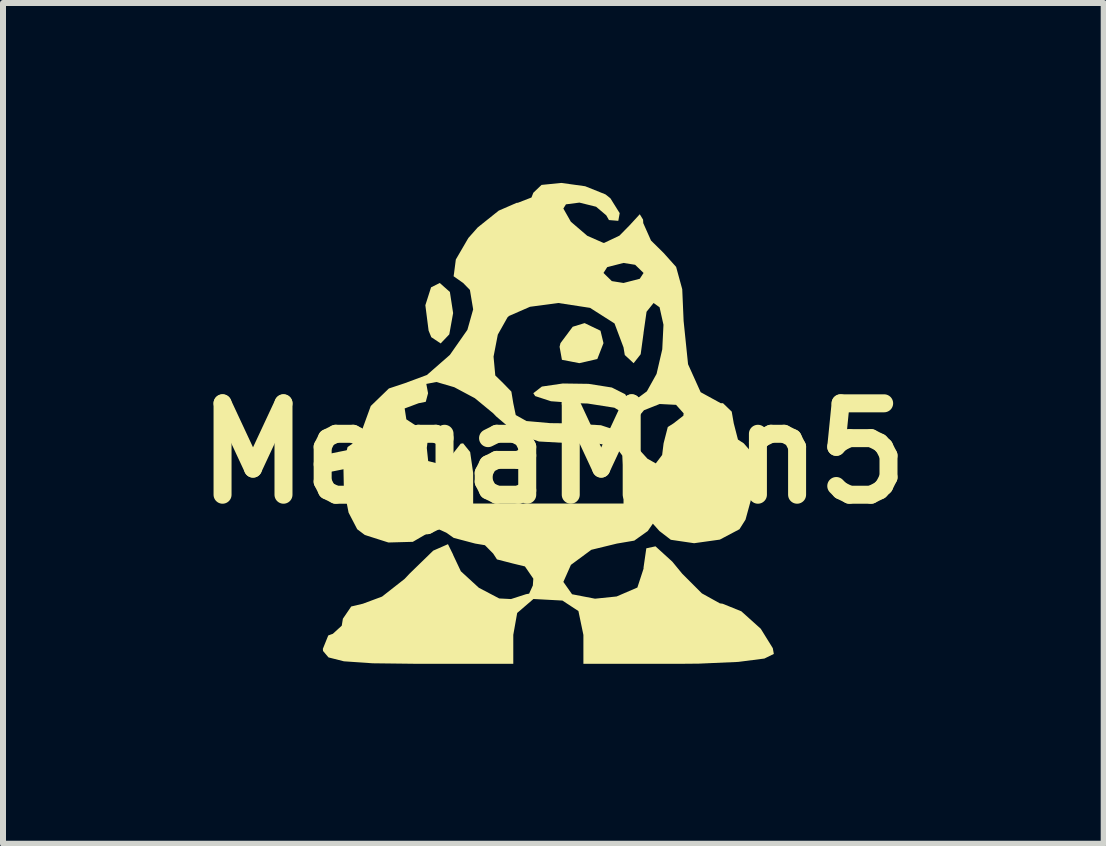
<source format=kicad_pcb>
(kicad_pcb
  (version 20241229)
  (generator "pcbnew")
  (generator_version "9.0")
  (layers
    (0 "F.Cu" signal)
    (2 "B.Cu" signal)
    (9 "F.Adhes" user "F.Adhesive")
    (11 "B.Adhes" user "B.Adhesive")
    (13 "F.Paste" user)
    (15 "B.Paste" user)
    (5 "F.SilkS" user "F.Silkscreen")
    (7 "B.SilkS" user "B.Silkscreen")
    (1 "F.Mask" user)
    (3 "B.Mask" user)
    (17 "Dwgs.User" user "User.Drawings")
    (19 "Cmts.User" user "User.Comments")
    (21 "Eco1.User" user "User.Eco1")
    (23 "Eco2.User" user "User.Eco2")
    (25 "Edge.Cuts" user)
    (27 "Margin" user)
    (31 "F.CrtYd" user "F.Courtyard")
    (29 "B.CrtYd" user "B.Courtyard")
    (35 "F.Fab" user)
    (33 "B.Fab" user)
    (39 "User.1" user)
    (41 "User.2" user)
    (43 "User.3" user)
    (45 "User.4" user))
  (footprint "MegaMan5"
    (layer "F.Cu")
    (at 6.176 4.509)
    (property "Reference" "MegaMan5" (at 0 0 0) (layer "F.SilkS") (effects (font (size 1.524 1.524) (thickness 0.3))))
    (attr board_only exclude_from_pos_files exclude_from_bom)
    (fp_poly (pts (xy -1.725 -2.691) (xy -1.671 -2.339) (xy -1.735 -1.984) (xy -1.879 -1.833) (xy -2.035 -1.937) (xy -2.08 -2.047) (xy -2.134 -2.47) (xy -2.039 -2.768) (xy -1.894 -2.841)) (stroke (width 0) (type solid)) (fill yes) (layer "F.SilkS"))
    (fp_poly (pts (xy 0.786 -2.045) (xy 0.836 -1.838) (xy 0.733 -1.573) (xy 0.433 -1.504) (xy 0.143 -1.56) (xy 0.104 -1.777) (xy 0.119 -1.838) (xy 0.323 -2.111) (xy 0.521 -2.172)) (stroke (width 0) (type solid)) (fill yes) (layer "F.SilkS"))
    (fp_poly (pts (xy 0.53 -4.454) (xy 0.869 -4.318) (xy 0.951 -4.253) (xy 1.106 -4.005) (xy 1.083 -3.877) (xy 0.927 -3.89) (xy 0.882 -3.969) (xy 0.713 -4.112) (xy 0.435 -4.181) (xy 0.21 -4.152) (xy 0.167 -4.082) (xy 0.292 -3.862) (xy 0.565 -3.628) (xy 0.833 -3.51) (xy 0.847 -3.509) (xy 1.102 -3.63) (xy 1.271 -3.802) (xy 1.441 -3.987) (xy 1.496 -3.897) (xy 1.499 -3.839) (xy 1.628 -3.549) (xy 1.838 -3.342) (xy 2.047 -3.109) (xy 2.149 -2.737) (xy 2.172 -2.207) (xy 2.246 -1.486) (xy 2.456 -1.02) (xy 2.79 -0.837) (xy 2.829 -0.836) (xy 2.974 -0.696) (xy 3.008 -0.501) (xy 3.078 -0.23) (xy 3.175 -0.167) (xy 3.298 -0.026) (xy 3.339 0.315) (xy 3.306 0.733) (xy 3.204 1.105) (xy 3.103 1.265) (xy 2.776 1.438) (xy 2.347 1.498) (xy 1.959 1.441) (xy 1.769 1.295) (xy 1.659 1.172) (xy 1.574 1.295) (xy 1.349 1.455) (xy 1.06 1.504) (xy 0.633 1.608) (xy 0.293 1.859) (xy 0.167 2.143) (xy 0.312 2.349) (xy 0.695 2.423) (xy 1.055 2.386) (xy 1.401 2.237) (xy 1.504 1.922) (xy 1.504 1.902) (xy 1.55 1.583) (xy 1.703 1.55) (xy 1.984 1.806) (xy 2.149 2.007) (xy 2.476 2.334) (xy 2.777 2.501) (xy 2.822 2.507) (xy 3.134 2.633) (xy 3.458 2.924) (xy 3.659 3.248) (xy 3.676 3.344) (xy 3.519 3.421) (xy 3.082 3.477) (xy 2.423 3.506) (xy 2.089 3.509) (xy 0.501 3.509) (xy 0.501 3.027) (xy 0.418 2.629) (xy 0.151 2.454) (xy -0.332 2.428) (xy -0.603 2.661) (xy -0.668 3.026) (xy -0.668 3.509) (xy -2.256 3.509) (xy -3.013 3.5) (xy -3.492 3.467) (xy -3.749 3.402) (xy -3.84 3.295) (xy -3.843 3.259) (xy -3.753 3.036) (xy -3.676 3.008) (xy -3.528 2.873) (xy -3.509 2.757) (xy -3.37 2.553) (xy -3.176 2.507) (xy -2.856 2.388) (xy -2.481 2.094) (xy -2.397 2.005) (xy -2.003 1.622) (xy -1.757 1.514) (xy -1.671 1.689) (xy -1.671 1.693) (xy -1.542 1.966) (xy -1.242 2.241) (xy -0.903 2.419) (xy -0.706 2.429) (xy -0.455 2.348) (xy -0.404 2.339) (xy -0.342 2.203) (xy -0.334 2.089) (xy -0.474 1.885) (xy -0.668 1.838) (xy -0.94 1.768) (xy -1.003 1.671) (xy -1.141 1.531) (xy -1.303 1.504) (xy -1.662 1.409) (xy -1.786 1.322) (xy -1.988 1.231) (xy -2.08 1.322) (xy -2.343 1.475) (xy -2.75 1.486) (xy -3.143 1.361) (xy -3.27 1.265) (xy -3.414 0.988) (xy -3.493 0.585) (xy -3.501 0.18) (xy -3.431 -0.105) (xy -3.342 -0.167) (xy -3.196 -0.303) (xy -3.175 -0.43) (xy -3.059 -0.749) (xy -2.479 -0.749) (xy -2.451 -0.567) (xy -2.259 -0.442) (xy -2.092 -0.233) (xy -2.11 -0.09) (xy -2.087 0.128) (xy -1.94 0.167) (xy -1.706 0.082) (xy -1.671 0) (xy -1.544 -0.162) (xy -1.504 -0.167) (xy -1.387 -0.022) (xy -1.337 0.328) (xy -1.337 0.334) (xy -1.337 0.836) (xy 1.17 0.836) (xy 1.17 0.334) (xy 1.152 0.04) (xy 1.042 -0.109) (xy 0.755 -0.161) (xy 0.318 -0.167) (xy -0.24 -0.198) (xy -0.614 -0.328) (xy -0.951 -0.614) (xy -1.003 -0.668) (xy -1.309 -0.92) (xy -1.652 -1.103) (xy -1.95 -1.19) (xy -2.118 -1.158) (xy -2.089 -1.003) (xy -2.127 -0.86) (xy -2.246 -0.836) (xy -2.479 -0.749) (xy -3.059 -0.749) (xy -3.044 -0.79) (xy -2.742 -1.082) (xy -2.477 -1.17) (xy -2.108 -1.307) (xy -1.758 -1.613) (xy -0.997 -1.613) (xy -0.968 -1.299) (xy -0.836 -1.17) (xy -0.7 -1.03) (xy -0.668 -0.836) (xy -0.627 -0.639) (xy -0.448 -0.539) (xy -0.053 -0.504) (xy 0.214 -0.501) (xy 0.793 -0.469) (xy 1.143 -0.354) (xy 1.337 -0.167) (xy 1.569 0.089) (xy 1.708 0.167) (xy 1.814 0.027) (xy 1.838 -0.167) (xy 1.908 -0.439) (xy 2.005 -0.501) (xy 2.168 -0.628) (xy 2.172 -0.668) (xy 2.046 -0.809) (xy 1.773 -0.823) (xy 1.511 -0.719) (xy 1.434 -0.627) (xy 1.325 -0.504) (xy 1.239 -0.627) (xy 1.018 -0.761) (xy 0.572 -0.831) (xy 0.404 -0.836) (xy -0.04 -0.869) (xy -0.303 -0.955) (xy -0.334 -1.003) (xy -0.191 -1.114) (xy 0.158 -1.165) (xy 0.587 -1.159) (xy 0.975 -1.098) (xy 1.198 -0.986) (xy 1.211 -0.962) (xy 1.332 -0.866) (xy 1.559 -1.034) (xy 1.721 -1.325) (xy 1.816 -1.735) (xy 1.836 -2.144) (xy 1.771 -2.436) (xy 1.671 -2.507) (xy 1.554 -2.361) (xy 1.504 -2.011) (xy 1.504 -2.005) (xy 1.456 -1.653) (xy 1.339 -1.504) (xy 1.337 -1.504) (xy 1.191 -1.64) (xy 1.17 -1.767) (xy 1.02 -2.166) (xy 0.612 -2.426) (xy 0.084 -2.507) (xy -0.389 -2.444) (xy -0.739 -2.291) (xy -0.764 -2.268) (xy -0.926 -1.98) (xy -0.997 -1.613) (xy -1.758 -1.613) (xy -1.725 -1.642) (xy -1.433 -2.06) (xy -1.337 -2.401) (xy -1.391 -2.725) (xy -1.504 -2.841) (xy -1.663 -2.953) (xy -1.655 -3.008) (xy 0.836 -3.008) (xy 0.975 -2.872) (xy 1.17 -2.841) (xy 1.441 -2.911) (xy 1.504 -3.008) (xy 1.364 -3.144) (xy 1.17 -3.175) (xy 0.898 -3.105) (xy 0.836 -3.008) (xy -1.655 -3.008) (xy -1.626 -3.232) (xy -1.417 -3.591) (xy -1.261 -3.767) (xy -0.911 -4.047) (xy -0.612 -4.177) (xy -0.592 -4.178) (xy -0.365 -4.266) (xy -0.334 -4.345) (xy -0.197 -4.476) (xy 0.133 -4.509)) (stroke (width 0) (type solid)) (fill yes) (layer "F.SilkS")))
  (gr_rect
    (start -3 -3)
    (end 15.352 11.018)
    (stroke (width 0.1) (type default))
    (fill no)
    (layer "Edge.Cuts")))
</source>
